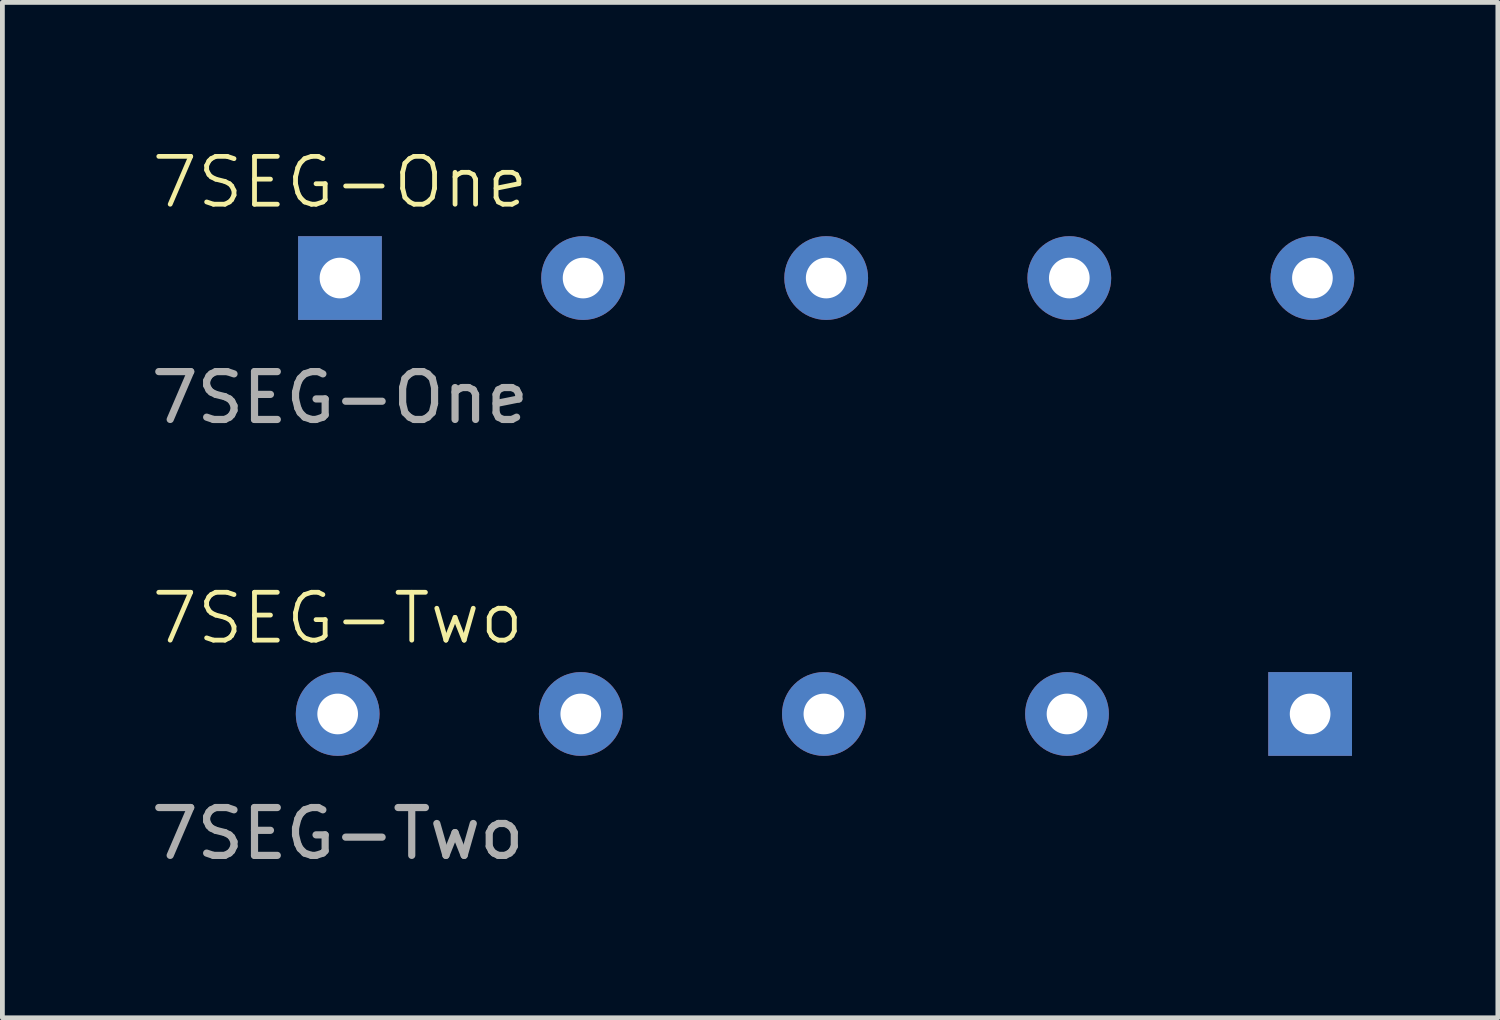
<source format=kicad_pcb>
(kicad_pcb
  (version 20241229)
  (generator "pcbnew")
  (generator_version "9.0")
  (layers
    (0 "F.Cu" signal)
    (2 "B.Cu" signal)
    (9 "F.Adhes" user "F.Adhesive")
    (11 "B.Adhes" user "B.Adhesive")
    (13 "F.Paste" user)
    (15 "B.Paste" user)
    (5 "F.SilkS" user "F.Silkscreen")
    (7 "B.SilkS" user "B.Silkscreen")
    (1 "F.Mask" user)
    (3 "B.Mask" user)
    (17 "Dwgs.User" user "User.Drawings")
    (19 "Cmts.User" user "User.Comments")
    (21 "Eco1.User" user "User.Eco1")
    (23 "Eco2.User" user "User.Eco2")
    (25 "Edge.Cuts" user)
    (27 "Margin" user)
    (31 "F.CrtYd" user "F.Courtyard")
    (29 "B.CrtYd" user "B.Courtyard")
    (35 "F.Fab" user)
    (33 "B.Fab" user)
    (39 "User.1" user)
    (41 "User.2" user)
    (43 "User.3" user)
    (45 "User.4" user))
  (footprint "7SEG-One"
    (layer "F.Cu")
    (at 4.054 2.76)
    (property "Reference" "7SEG-One" (at 0 -2 0) (unlocked yes) (layer "F.SilkS") (effects (font (size 1 1) (thickness 0.1))))
    (attr smd)
    (fp_text user "${REFERENCE}" (at 0 2.5 0) (unlocked yes) (layer "F.Fab") (effects (font (size 1 1) (thickness 0.15))))
    (pad "1" thru_hole rect (at 0 0) (size 1.75 1.75) (drill 0.85) (layers "*.Cu" "*.Mask"))
    (pad "2" thru_hole circle (at 5.08 0) (size 1.75 1.75) (drill 0.85) (layers "*.Cu" "*.Mask"))
    (pad "3" thru_hole circle (at 10.16 0) (size 1.75 1.75) (drill 0.85) (layers "*.Cu" "*.Mask"))
    (pad "4" thru_hole circle (at 15.24 0) (size 1.75 1.75) (drill 0.85) (layers "*.Cu" "*.Mask"))
    (pad "5" thru_hole circle (at 20.32 0) (size 1.75 1.75) (drill 0.85) (layers "*.Cu" "*.Mask")))
  (footprint "7SEG-Two"
    (layer "F.Cu")
    (at 4.006 11.869)
    (property "Reference" "7SEG-Two" (at 0 -2 0) (unlocked yes) (layer "F.SilkS") (effects (font (size 1 1) (thickness 0.1))))
    (attr smd)
    (fp_text user "${REFERENCE}" (at 0 2.5 0) (unlocked yes) (layer "F.Fab") (effects (font (size 1 1) (thickness 0.15))))
    (pad "1" thru_hole rect (at 20.32 0) (size 1.75 1.75) (drill 0.85) (layers "*.Cu" "*.Mask"))
    (pad "2" thru_hole circle (at 15.24 0) (size 1.75 1.75) (drill 0.85) (layers "*.Cu" "*.Mask"))
    (pad "3" thru_hole circle (at 10.16 0) (size 1.75 1.75) (drill 0.85) (layers "*.Cu" "*.Mask"))
    (pad "4" thru_hole circle (at 5.08 0) (size 1.75 1.75) (drill 0.85) (layers "*.Cu" "*.Mask"))
    (pad "5" thru_hole circle (at 0 0) (size 1.75 1.75) (drill 0.85) (layers "*.Cu" "*.Mask")))
  (gr_rect
    (start -3 -3)
    (end 28.249 18.218)
    (stroke (width 0.1) (type default))
    (fill no)
    (layer "Edge.Cuts")))
</source>
